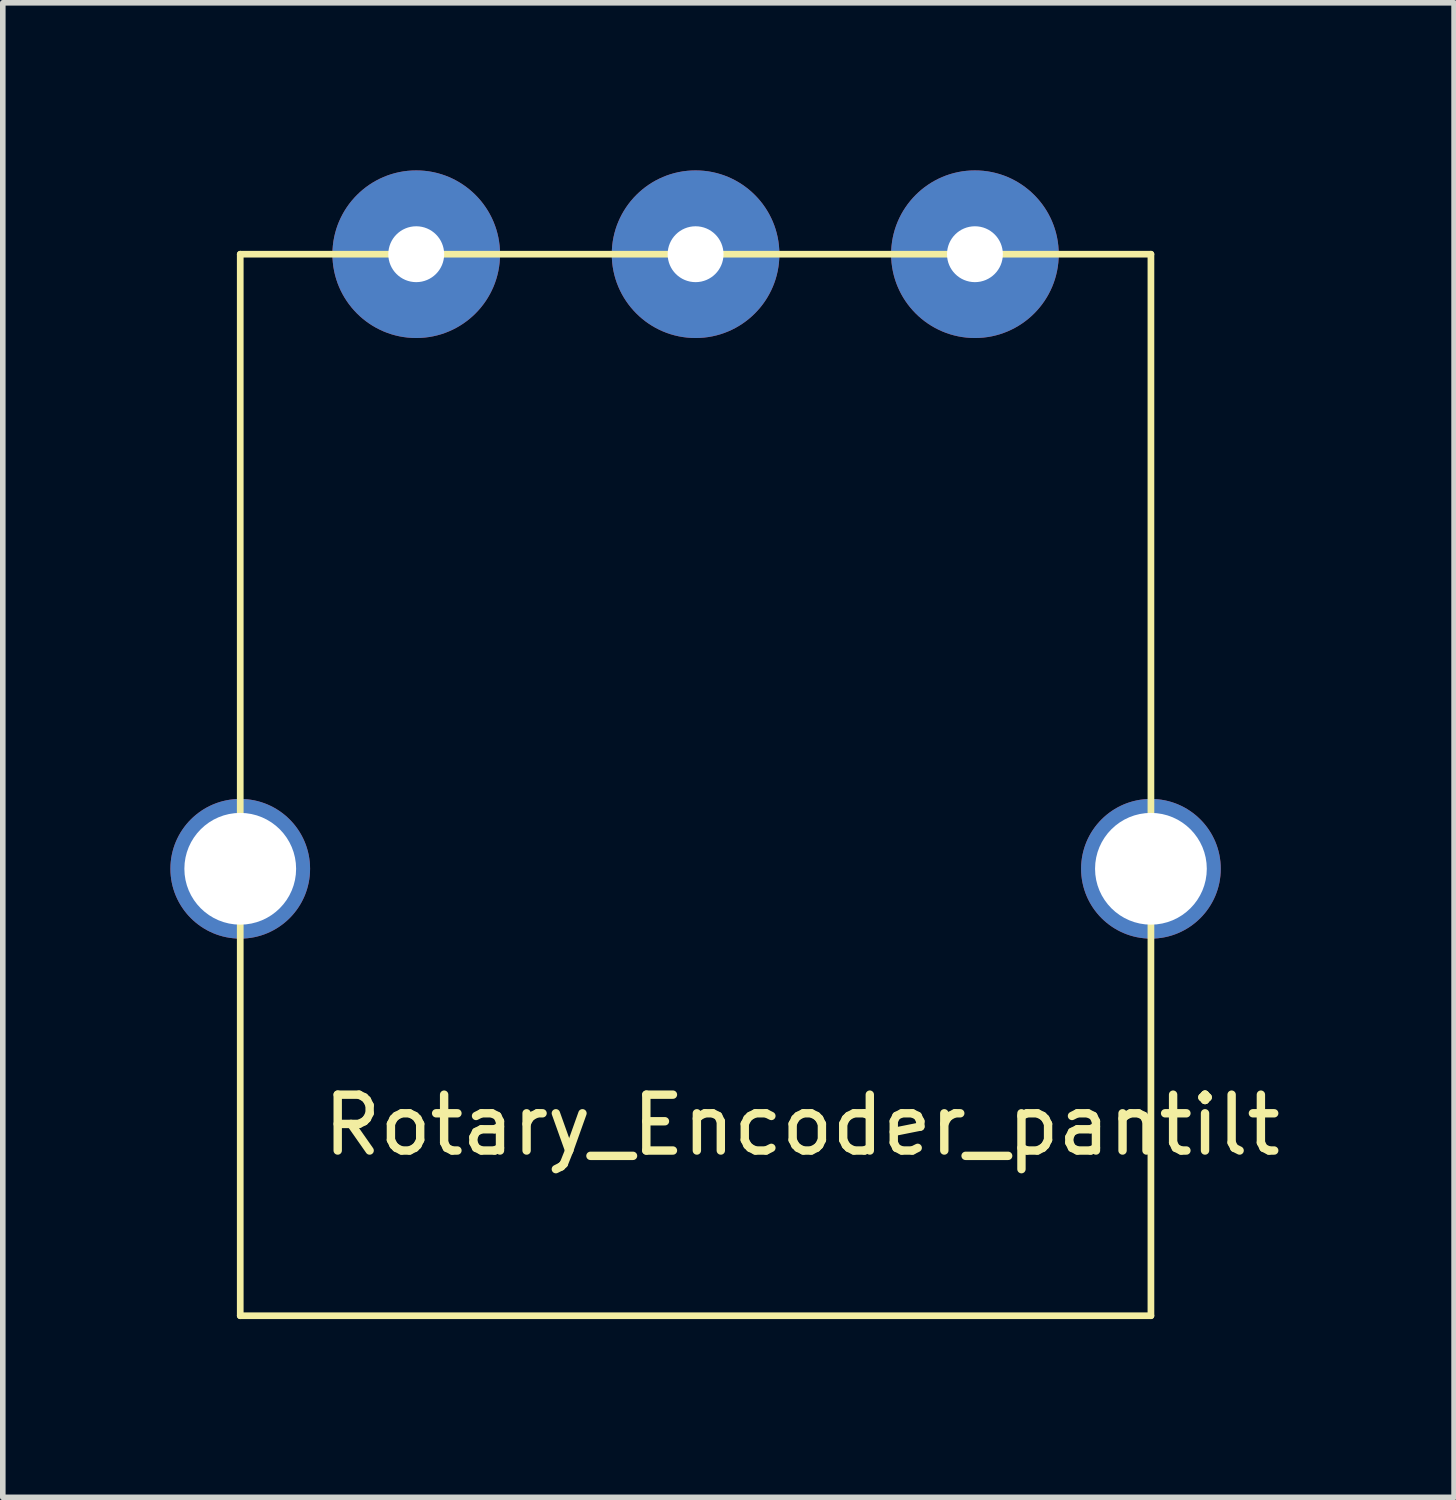
<source format=kicad_pcb>
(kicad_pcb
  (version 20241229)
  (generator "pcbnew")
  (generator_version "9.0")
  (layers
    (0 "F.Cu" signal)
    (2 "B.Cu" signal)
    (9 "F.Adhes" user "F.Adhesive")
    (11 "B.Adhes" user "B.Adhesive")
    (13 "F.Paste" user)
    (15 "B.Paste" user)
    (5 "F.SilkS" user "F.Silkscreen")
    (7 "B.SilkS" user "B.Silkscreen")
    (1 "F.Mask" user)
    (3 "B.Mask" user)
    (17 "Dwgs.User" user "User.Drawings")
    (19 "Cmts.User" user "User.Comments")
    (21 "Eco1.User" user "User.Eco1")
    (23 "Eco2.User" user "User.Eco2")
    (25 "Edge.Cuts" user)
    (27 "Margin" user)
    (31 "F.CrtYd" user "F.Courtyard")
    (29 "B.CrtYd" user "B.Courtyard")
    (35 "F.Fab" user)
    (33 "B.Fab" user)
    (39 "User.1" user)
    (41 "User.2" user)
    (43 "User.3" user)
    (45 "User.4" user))
  (footprint "Rotary_Encoder_pantilt"
    (layer "F.Cu")
    (at 1.25 20.5)
    (property "Reference" "Rotary_Encoder_pantilt" (at 10.054 -3.412 0) (layer "F.SilkS") (effects (font (size 1 1) (thickness 0.15))))
    (attr through_hole)
    (fp_line (start 0 -19) (end 16.3 -19) (stroke (width 0.12) (type solid)) (layer "F.SilkS"))
    (fp_line (start 0 0) (end 0 -19) (stroke (width 0.12) (type solid)) (layer "F.SilkS"))
    (fp_line (start 0 0) (end 16.3 0) (stroke (width 0.12) (type solid)) (layer "F.SilkS"))
    (fp_line (start 16.3 -19) (end 16.3 0) (stroke (width 0.12) (type solid)) (layer "F.SilkS"))
    (pad "1" thru_hole circle (at 0 -8) (size 2.5 2.5) (drill 2) (layers "*.Cu" "*.Mask"))
    (pad "2" thru_hole circle (at 16.3 -8) (size 2.5 2.5) (drill 2) (layers "*.Cu" "*.Mask"))
    (pad "A" thru_hole circle (at 13.15 -19) (size 3 3) (drill 1) (layers "*.Cu" "*.Mask"))
    (pad "B" thru_hole circle (at 8.15 -19) (size 3 3) (drill 1) (layers "*.Cu" "*.Mask"))
    (pad "C" thru_hole circle (at 3.15 -19) (size 3 3) (drill 1) (layers "*.Cu" "*.Mask")))
  (gr_rect
    (start -3 -3)
    (end 22.976 23.75)
    (stroke (width 0.1) (type default))
    (fill no)
    (layer "Edge.Cuts")))
</source>
